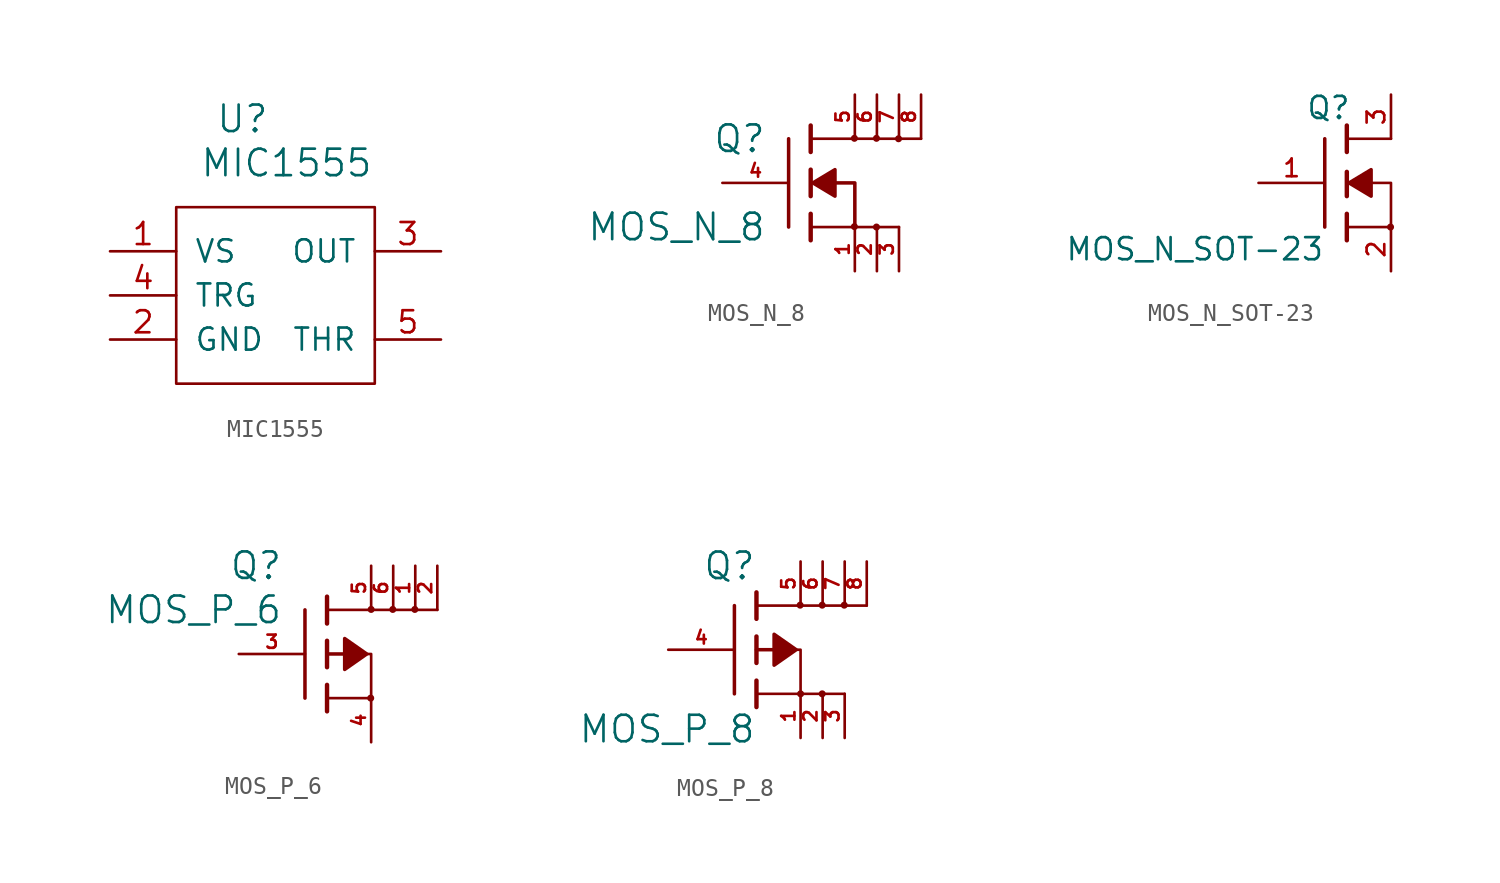
<source format=kicad_sym>
(kicad_symbol_lib
  (version 20231120)
  (generator "kicad_symbol_editor")
  (generator_version "8.0")
  (symbol "MIC1555"
    (pin_names
      (offset 1.016))
    (property "Reference" "U"
      (at -1.27 10.16 0)
      (effects (font (size 1.524 1.524))))
    (property "Value" "MIC1555"
      (at 1.27 7.62 0)
      (effects (font (size 1.524 1.524))))
    (symbol "MIC1555_0_1"
      (rectangle (start -5.08 5.08) (end 6.35 -5.08) (stroke (width 0) (type default)) (fill (type none))))
    (symbol "MIC1555_1_1"
      (pin input line (at -8.89 2.54 0) (length 3.81) (name "VS" (effects (font (size 1.27 1.27)))) (number "1" (effects (font (size 1.27 1.27)))))
      (pin input line (at -8.89 -2.54 0) (length 3.81) (name "GND" (effects (font (size 1.27 1.27)))) (number "2" (effects (font (size 1.27 1.27)))))
      (pin input line (at 10.16 2.54 180) (length 3.81) (name "OUT" (effects (font (size 1.27 1.27)))) (number "3" (effects (font (size 1.27 1.27)))))
      (pin input line (at -8.89 0 0) (length 3.81) (name "TRG" (effects (font (size 1.27 1.27)))) (number "4" (effects (font (size 1.27 1.27)))))
      (pin input line (at 10.16 -2.54 180) (length 3.81) (name "THR" (effects (font (size 1.27 1.27)))) (number "5" (effects (font (size 1.27 1.27)))))))
  (symbol "MOS_N_8"
    (pin_names
      (offset 0) hide)
    (property "Reference" "Q"
      (at -2.54 2.54 0)
      (effects (font (size 1.524 1.524)) (justify right)))
    (property "Value" "MOS_N_8"
      (at -2.54 -2.54 0)
      (effects (font (size 1.524 1.524)) (justify right)))
    (property "Footprint" ""
      (at 0 0 0)
      (effects (font (size 1.524 1.524))))
    (property "Datasheet" ""
      (at 0 0 0)
      (effects (font (size 1.524 1.524))))
    (symbol "MOS_N_8_0_1"
      (polyline (pts (xy -1.27 -2.54) (xy -1.27 2.54)) (stroke (width 0.203) (type default)) (fill (type none)))
      (polyline (pts (xy 2.54 -2.54) (xy 0 -2.54)) (stroke (width 0) (type default)) (fill (type none)))
      (polyline (pts (xy 2.54 2.54) (xy 0 2.54)) (stroke (width 0) (type default)) (fill (type none)))
      (polyline (pts (xy 5.08 -2.54) (xy 2.54 -2.54)) (stroke (width 0) (type default)) (fill (type none)))
      (polyline (pts (xy 6.35 2.54) (xy 2.54 2.54)) (stroke (width 0) (type default)) (fill (type none)))
      (polyline (pts (xy 2.54 -2.54) (xy 2.54 0) (xy 1.397 0)) (stroke (width 0.203) (type default)) (fill (type none)))
      (polyline (pts (xy 1.397 0.762) (xy 1.397 -0.762) (xy 0.127 0) (xy 1.397 0.762) (xy 1.397 0.762)) (stroke (width 0.203) (type default)) (fill (type outline))))
    (symbol "MOS_N_8_1_1"
      (polyline (pts (xy 0 -3.302) (xy 0 -1.778)) (stroke (width 0.254) (type default)) (fill (type none)))
      (polyline (pts (xy 0 -0.762) (xy 0 0.762)) (stroke (width 0.254) (type default)) (fill (type none)))
      (polyline (pts (xy 0 1.778) (xy 0 3.302)) (stroke (width 0.254) (type default)) (fill (type none)))
      (circle (center 2.515 -2.515) (radius 0.102) (stroke (width 0.203) (type default)) (fill (type none)))
      (circle (center 2.515 2.565) (radius 0.102) (stroke (width 0.203) (type default)) (fill (type none)))
      (circle (center 3.785 -2.54) (radius 0.102) (stroke (width 0.203) (type default)) (fill (type none)))
      (circle (center 3.785 2.565) (radius 0.102) (stroke (width 0.203) (type default)) (fill (type none)))
      (circle (center 5.055 2.54) (radius 0.102) (stroke (width 0.203) (type default)) (fill (type none)))
      (pin passive line (at 2.54 -5.08 90) (length 2.54) (name "S" (effects (font (size 1.016 1.016)))) (number "1" (effects (font (size 0.762 0.762)))))
      (pin passive line (at 3.81 -5.08 90) (length 2.54) (name "S" (effects (font (size 1.016 1.016)))) (number "2" (effects (font (size 0.762 0.762)))))
      (pin passive line (at 5.08 -5.08 90) (length 2.54) (name "S" (effects (font (size 1.016 1.016)))) (number "3" (effects (font (size 0.762 0.762)))))
      (pin input line (at -5.08 0 0) (length 3.81) (name "G" (effects (font (size 1.016 1.016)))) (number "4" (effects (font (size 0.762 0.762)))))
      (pin passive line (at 2.54 5.08 270) (length 2.54) (name "D" (effects (font (size 1.016 1.016)))) (number "5" (effects (font (size 0.762 0.762)))))
      (pin passive line (at 3.81 5.08 270) (length 2.54) (name "D" (effects (font (size 1.016 1.016)))) (number "6" (effects (font (size 0.762 0.762)))))
      (pin passive line (at 5.08 5.08 270) (length 2.54) (name "D" (effects (font (size 1.016 1.016)))) (number "7" (effects (font (size 0.762 0.762)))))
      (pin passive line (at 6.35 5.08 270) (length 2.54) (name "D" (effects (font (size 1.016 1.016)))) (number "8" (effects (font (size 0.762 0.762)))))))
  (symbol "MOS_N_SOT-23"
    (pin_names
      (offset 0) hide)
    (property "Reference" "Q"
      (at 0.254 4.318 0)
      (effects (font (size 1.27 1.27)) (justify right)))
    (property "Value" "MOS_N_SOT-23"
      (at -1.27 -3.81 0)
      (effects (font (size 1.27 1.27)) (justify right)))
    (property "Footprint" ""
      (at 0 0 0)
      (effects (font (size 1.524 1.524))))
    (property "Datasheet" ""
      (at 0 0 0)
      (effects (font (size 1.524 1.524))))
    (symbol "MOS_N_SOT-23_0_1"
      (polyline (pts (xy -1.27 -2.54) (xy -1.27 2.54)) (stroke (width 0.203) (type default)) (fill (type none)))
      (polyline (pts (xy 2.54 -2.54) (xy 0 -2.54)) (stroke (width 0) (type default)) (fill (type none)))
      (polyline (pts (xy 2.54 2.54) (xy 0 2.54)) (stroke (width 0) (type default)) (fill (type none)))
      (polyline (pts (xy 2.54 -2.54) (xy 2.54 0) (xy 1.397 0)) (stroke (width 0.152) (type default)) (fill (type none)))
      (polyline (pts (xy 1.397 0.762) (xy 1.397 -0.762) (xy 0.127 0) (xy 1.397 0.762) (xy 1.397 0.762)) (stroke (width 0.203) (type default)) (fill (type outline))))
    (symbol "MOS_N_SOT-23_1_1"
      (polyline (pts (xy 0 -3.302) (xy 0 -1.778)) (stroke (width 0.254) (type default)) (fill (type none)))
      (polyline (pts (xy 0 -0.762) (xy 0 0.635)) (stroke (width 0.254) (type default)) (fill (type none)))
      (polyline (pts (xy 0 1.778) (xy 0 3.302)) (stroke (width 0.254) (type default)) (fill (type none)))
      (circle (center 2.515 -2.54) (radius 0.102) (stroke (width 0.203) (type default)) (fill (type none)))
      (pin input line (at -5.08 0 0) (length 3.81) (name "G" (effects (font (size 1.016 1.016)))) (number "1" (effects (font (size 1.016 1.016)))))
      (pin passive line (at 2.54 -5.08 90) (length 2.54) (name "S" (effects (font (size 1.016 1.016)))) (number "2" (effects (font (size 1.016 1.016)))))
      (pin passive line (at 2.54 5.08 270) (length 2.54) (name "D" (effects (font (size 1.016 1.016)))) (number "3" (effects (font (size 1.016 1.016)))))))
  (symbol "MOS_P_6"
    (pin_names
      (offset 1.016) hide)
    (property "Reference" "Q"
      (at -2.54 5.08 0)
      (effects (font (size 1.524 1.524)) (justify right)))
    (property "Value" "MOS_P_6"
      (at -2.54 2.54 0)
      (effects (font (size 1.524 1.524)) (justify right)))
    (property "Footprint" ""
      (at 0 0 0)
      (effects (font (size 1.524 1.524))))
    (property "Datasheet" ""
      (at 0 0 0)
      (effects (font (size 1.524 1.524))))
    (symbol "MOS_P_6_0_1"
      (polyline (pts (xy -1.27 -2.54) (xy -1.27 2.54)) (stroke (width 0.203) (type default)) (fill (type none)))
      (polyline (pts (xy 0 -0.762) (xy 0 0.762)) (stroke (width 0.254) (type default)) (fill (type none)))
      (polyline (pts (xy 1.016 0) (xy 0 0)) (stroke (width 0.203) (type default)) (fill (type none)))
      (polyline (pts (xy 2.54 -2.54) (xy 0 -2.54)) (stroke (width 0) (type default)) (fill (type none)))
      (polyline (pts (xy 2.54 2.54) (xy 0 2.54)) (stroke (width 0) (type default)) (fill (type none)))
      (polyline (pts (xy 6.35 2.54) (xy 2.54 2.54)) (stroke (width 0) (type default)) (fill (type none)))
      (polyline (pts (xy 2.286 0) (xy 2.54 0) (xy 2.54 -2.54)) (stroke (width 0) (type default)) (fill (type none)))
      (polyline (pts (xy 1.016 0.889) (xy 1.016 -0.889) (xy 2.286 0) (xy 1.016 0.889)) (stroke (width 0.203) (type default)) (fill (type outline))))
    (symbol "MOS_P_6_1_1"
      (polyline (pts (xy 0 -3.302) (xy 0 -1.778)) (stroke (width 0.254) (type default)) (fill (type none)))
      (polyline (pts (xy 0 1.753) (xy 0 3.302)) (stroke (width 0.254) (type default)) (fill (type none)))
      (circle (center 2.515 -2.54) (radius 0.102) (stroke (width 0.203) (type default)) (fill (type none)))
      (circle (center 2.54 2.565) (radius 0.102) (stroke (width 0.203) (type default)) (fill (type none)))
      (circle (center 3.785 2.565) (radius 0.102) (stroke (width 0.203) (type default)) (fill (type none)))
      (circle (center 5.055 2.565) (radius 0.102) (stroke (width 0.203) (type default)) (fill (type none)))
      (pin passive line (at 5.08 5.08 270) (length 2.54) (name "D" (effects (font (size 1.016 1.016)))) (number "1" (effects (font (size 0.762 0.762)))))
      (pin passive line (at 6.35 5.08 270) (length 2.54) (name "D" (effects (font (size 1.016 1.016)))) (number "2" (effects (font (size 0.762 0.762)))))
      (pin input line (at -5.08 0 0) (length 3.81) (name "G" (effects (font (size 1.016 1.016)))) (number "3" (effects (font (size 0.762 0.762)))))
      (pin passive line (at 2.54 -5.08 90) (length 2.54) (name "S" (effects (font (size 1.016 1.016)))) (number "4" (effects (font (size 0.762 0.762)))))
      (pin passive line (at 2.54 5.08 270) (length 2.54) (name "D" (effects (font (size 1.016 1.016)))) (number "5" (effects (font (size 0.762 0.762)))))
      (pin passive line (at 3.81 5.08 270) (length 2.54) (name "D" (effects (font (size 1.016 1.016)))) (number "6" (effects (font (size 0.762 0.762)))))))
  (symbol "MOS_P_8"
    (pin_names
      (offset 1.016) hide)
    (property "Reference" "Q"
      (at 0 4.826 0)
      (effects (font (size 1.524 1.524)) (justify right)))
    (property "Value" "MOS_P_8"
      (at 0 -4.572 0)
      (effects (font (size 1.524 1.524)) (justify right)))
    (property "Footprint" ""
      (at 0 0 0)
      (effects (font (size 1.524 1.524))))
    (property "Datasheet" ""
      (at 0 0 0)
      (effects (font (size 1.524 1.524))))
    (symbol "MOS_P_8_0_1"
      (polyline (pts (xy -1.27 -2.54) (xy -1.27 2.54)) (stroke (width 0.203) (type default)) (fill (type none)))
      (polyline (pts (xy 0 -3.302) (xy 0 -1.778)) (stroke (width 0.254) (type default)) (fill (type none)))
      (polyline (pts (xy 1.016 0) (xy 0 0)) (stroke (width 0.203) (type default)) (fill (type none)))
      (polyline (pts (xy 2.54 -2.54) (xy 0 -2.54)) (stroke (width 0) (type default)) (fill (type none)))
      (polyline (pts (xy 2.54 2.54) (xy 0 2.54)) (stroke (width 0) (type default)) (fill (type none)))
      (polyline (pts (xy 5.08 -2.54) (xy 2.54 -2.54)) (stroke (width 0) (type default)) (fill (type none)))
      (polyline (pts (xy 6.35 2.54) (xy 2.54 2.54)) (stroke (width 0) (type default)) (fill (type none)))
      (polyline (pts (xy 2.286 0) (xy 2.54 0) (xy 2.54 -2.54)) (stroke (width 0) (type default)) (fill (type none)))
      (polyline (pts (xy 1.016 0.889) (xy 1.016 -0.889) (xy 2.286 0) (xy 1.016 0.889)) (stroke (width 0.203) (type default)) (fill (type outline))))
    (symbol "MOS_P_8_1_1"
      (polyline (pts (xy 0 -0.762) (xy 0 0.762)) (stroke (width 0.254) (type default)) (fill (type none)))
      (polyline (pts (xy 0 1.778) (xy 0 3.302)) (stroke (width 0.254) (type default)) (fill (type none)))
      (circle (center 2.515 2.565) (radius 0.102) (stroke (width 0.203) (type default)) (fill (type none)))
      (circle (center 2.54 -2.54) (radius 0.102) (stroke (width 0.203) (type default)) (fill (type none)))
      (circle (center 3.785 -2.54) (radius 0.102) (stroke (width 0.203) (type default)) (fill (type none)))
      (circle (center 3.785 2.565) (radius 0.102) (stroke (width 0.203) (type default)) (fill (type none)))
      (circle (center 5.055 2.565) (radius 0.102) (stroke (width 0.203) (type default)) (fill (type none)))
      (pin passive line (at 2.54 -5.08 90) (length 2.54) (name "S" (effects (font (size 1.016 1.016)))) (number "1" (effects (font (size 0.762 0.762)))))
      (pin passive line (at 3.81 -5.08 90) (length 2.54) (name "S" (effects (font (size 1.016 1.016)))) (number "2" (effects (font (size 0.762 0.762)))))
      (pin passive line (at 5.08 -5.08 90) (length 2.54) (name "S" (effects (font (size 1.016 1.016)))) (number "3" (effects (font (size 0.762 0.762)))))
      (pin input line (at -5.08 0 0) (length 3.81) (name "G" (effects (font (size 1.016 1.016)))) (number "4" (effects (font (size 0.762 0.762)))))
      (pin passive line (at 2.54 5.08 270) (length 2.54) (name "D" (effects (font (size 1.016 1.016)))) (number "5" (effects (font (size 0.762 0.762)))))
      (pin passive line (at 3.81 5.08 270) (length 2.54) (name "D" (effects (font (size 1.016 1.016)))) (number "6" (effects (font (size 0.762 0.762)))))
      (pin passive line (at 5.08 5.08 270) (length 2.54) (name "D" (effects (font (size 1.016 1.016)))) (number "7" (effects (font (size 0.762 0.762)))))
      (pin passive line (at 6.35 5.08 270) (length 2.54) (name "D" (effects (font (size 1.016 1.016)))) (number "8" (effects (font (size 0.762 0.762))))))))
</source>
